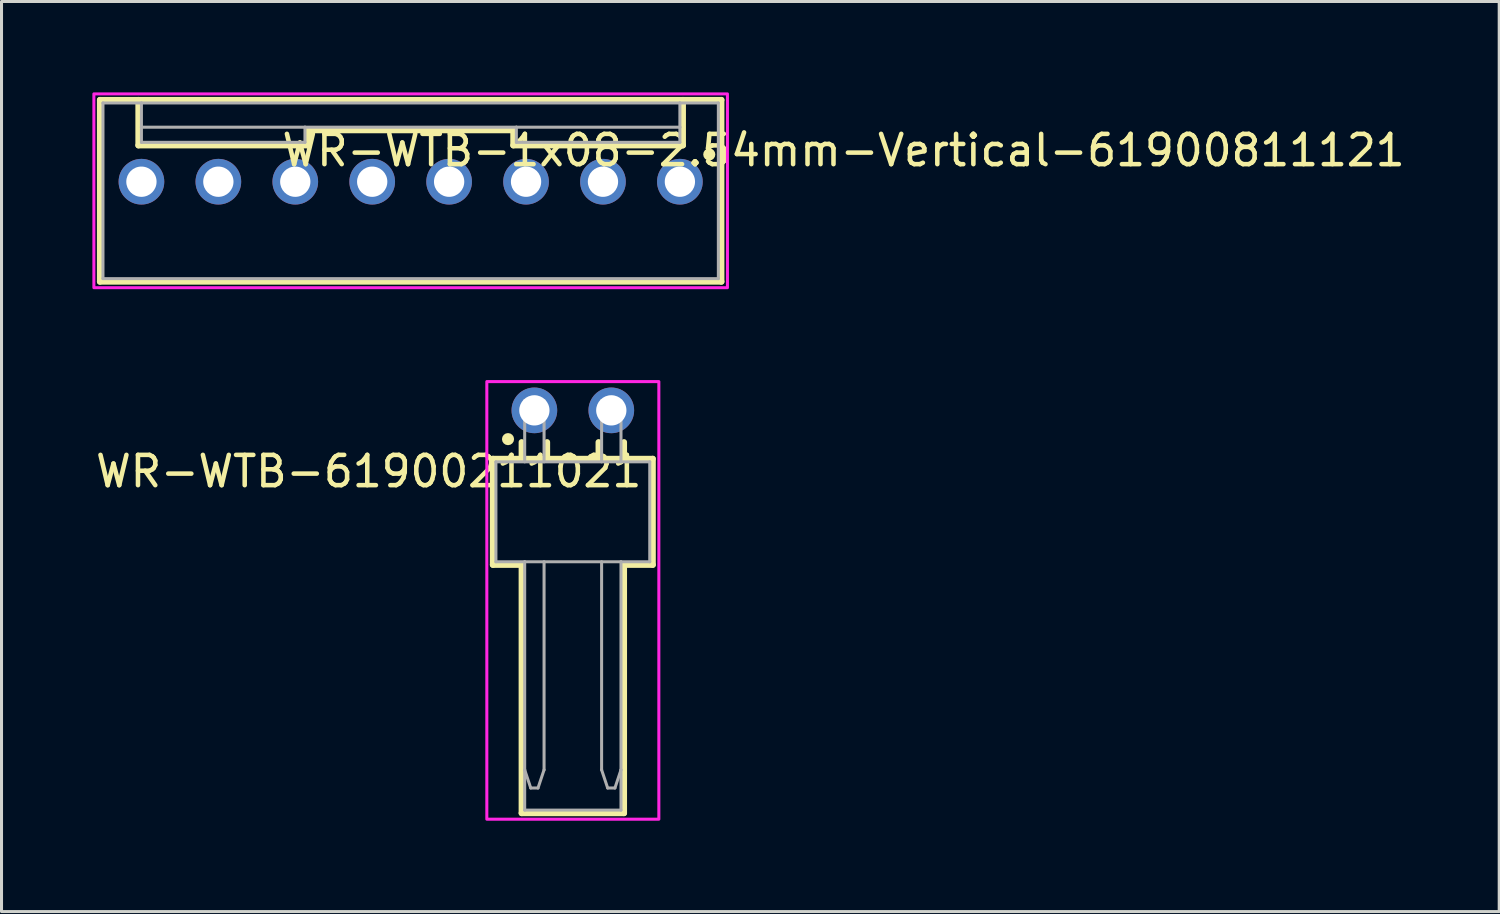
<source format=kicad_pcb>
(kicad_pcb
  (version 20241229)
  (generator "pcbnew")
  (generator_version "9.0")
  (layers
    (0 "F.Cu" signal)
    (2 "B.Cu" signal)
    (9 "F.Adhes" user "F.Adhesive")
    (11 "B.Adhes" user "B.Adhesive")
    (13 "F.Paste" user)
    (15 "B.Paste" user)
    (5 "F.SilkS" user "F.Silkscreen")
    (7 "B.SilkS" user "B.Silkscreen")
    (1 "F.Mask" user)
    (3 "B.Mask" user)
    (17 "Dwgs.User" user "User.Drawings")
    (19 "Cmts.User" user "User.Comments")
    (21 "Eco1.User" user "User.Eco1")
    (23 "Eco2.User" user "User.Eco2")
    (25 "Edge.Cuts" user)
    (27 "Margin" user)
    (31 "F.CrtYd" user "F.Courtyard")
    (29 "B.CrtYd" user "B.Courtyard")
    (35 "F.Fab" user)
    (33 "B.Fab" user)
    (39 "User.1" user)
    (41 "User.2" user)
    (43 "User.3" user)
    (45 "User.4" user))
  (footprint "WR-WTB-1x08-2.54mm-Vertical-61900811121"
    (layer "F.Cu")
    (at 10.51 3.25)
    (property "Reference" "WR-WTB-1x08-2.54mm-Vertical-61900811121" (at 14.295 -1.335 0) (layer "F.SilkS") (effects (font (size 1 1) (thickness 0.15))))
    (attr through_hole)
    (fp_line (start -10.26 -3) (end 10.26 -3) (stroke (width 0.2) (type solid)) (layer "F.SilkS"))
    (fp_line (start -10.26 3) (end -10.26 -3) (stroke (width 0.2) (type solid)) (layer "F.SilkS"))
    (fp_line (start -8.99 -3) (end -8.99 -1.5) (stroke (width 0.2) (type solid)) (layer "F.SilkS"))
    (fp_line (start -3.39 -2) (end -3.39 -1.5) (stroke (width 0.2) (type solid)) (layer "F.SilkS"))
    (fp_line (start -3.39 -2) (end 3.39 -2) (stroke (width 0.2) (type solid)) (layer "F.SilkS"))
    (fp_line (start -3.39 -1.5) (end -8.99 -1.5) (stroke (width 0.2) (type solid)) (layer "F.SilkS"))
    (fp_line (start 3.39 -2) (end 3.39 -1.5) (stroke (width 0.2) (type solid)) (layer "F.SilkS"))
    (fp_line (start 3.39 -1.5) (end 8.99 -1.5) (stroke (width 0.2) (type solid)) (layer "F.SilkS"))
    (fp_line (start 8.99 -1.5) (end 8.99 -3) (stroke (width 0.2) (type solid)) (layer "F.SilkS"))
    (fp_line (start 10.26 -3) (end 10.26 3) (stroke (width 0.2) (type solid)) (layer "F.SilkS"))
    (fp_line (start 10.26 3) (end -10.26 3) (stroke (width 0.2) (type solid)) (layer "F.SilkS"))
    (fp_circle (center 9.86 -1.2) (end 9.96 -1.2) (stroke (width 0.2) (type solid)) (fill no) (layer "F.SilkS"))
    (fp_poly (pts (xy -10.46 -3.2) (xy 10.46 -3.2) (xy 10.46 3.2) (xy -10.46 3.2)) (stroke (width 0.1) (type solid)) (fill no) (layer "F.CrtYd"))
    (fp_line (start -10.16 -2.9) (end -8.89 -2.9) (stroke (width 0.1) (type solid)) (layer "F.Fab"))
    (fp_line (start -10.16 2.9) (end -10.16 -2.9) (stroke (width 0.1) (type solid)) (layer "F.Fab"))
    (fp_line (start -8.89 -2.9) (end -8.89 -2.1) (stroke (width 0.1) (type solid)) (layer "F.Fab"))
    (fp_line (start -8.89 -2.9) (end 8.89 -2.9) (stroke (width 0.1) (type solid)) (layer "F.Fab"))
    (fp_line (start -8.89 -2.1) (end -3.49 -2.1) (stroke (width 0.1) (type solid)) (layer "F.Fab"))
    (fp_line (start -8.89 -1.6) (end -8.89 -2.1) (stroke (width 0.1) (type solid)) (layer "F.Fab"))
    (fp_line (start -3.49 -2.1) (end -3.49 -1.6) (stroke (width 0.1) (type solid)) (layer "F.Fab"))
    (fp_line (start -3.49 -2.1) (end 3.49 -2.1) (stroke (width 0.1) (type solid)) (layer "F.Fab"))
    (fp_line (start -3.49 -1.6) (end -8.89 -1.6) (stroke (width 0.1) (type solid)) (layer "F.Fab"))
    (fp_line (start 3.49 -2.1) (end 3.49 -1.6) (stroke (width 0.1) (type solid)) (layer "F.Fab"))
    (fp_line (start 3.49 -2.1) (end 8.89 -2.1) (stroke (width 0.1) (type solid)) (layer "F.Fab"))
    (fp_line (start 3.49 -1.6) (end 8.89 -1.6) (stroke (width 0.1) (type solid)) (layer "F.Fab"))
    (fp_line (start 8.89 -2.9) (end 10.16 -2.9) (stroke (width 0.1) (type solid)) (layer "F.Fab"))
    (fp_line (start 8.89 -2.1) (end 8.89 -2.9) (stroke (width 0.1) (type solid)) (layer "F.Fab"))
    (fp_line (start 8.89 -1.6) (end 8.89 -2.1) (stroke (width 0.1) (type solid)) (layer "F.Fab"))
    (fp_line (start 10.16 -2.9) (end 10.16 2.9) (stroke (width 0.1) (type solid)) (layer "F.Fab"))
    (fp_line (start 10.16 2.9) (end -10.16 2.9) (stroke (width 0.1) (type solid)) (layer "F.Fab"))
    (pad "1" thru_hole circle (at 8.89 -0.3) (size 1.508 1.508) (drill 1) (layers "*.Cu" "*.Mask"))
    (pad "2" thru_hole circle (at 6.35 -0.3) (size 1.508 1.508) (drill 1) (layers "*.Cu" "*.Mask"))
    (pad "3" thru_hole circle (at 3.81 -0.3) (size 1.508 1.508) (drill 1) (layers "*.Cu" "*.Mask"))
    (pad "4" thru_hole circle (at 1.27 -0.3) (size 1.508 1.508) (drill 1) (layers "*.Cu" "*.Mask"))
    (pad "5" thru_hole circle (at -1.27 -0.3) (size 1.508 1.508) (drill 1) (layers "*.Cu" "*.Mask"))
    (pad "6" thru_hole circle (at -3.81 -0.3) (size 1.508 1.508) (drill 1) (layers "*.Cu" "*.Mask"))
    (pad "7" thru_hole circle (at -6.35 -0.3) (size 1.508 1.508) (drill 1) (layers "*.Cu" "*.Mask"))
    (pad "8" thru_hole circle (at -8.89 -0.3) (size 1.508 1.508) (drill 1) (layers "*.Cu" "*.Mask")))
  (footprint "WR-WTB-61900211021"
    (layer "F.Cu")
    (at 15.865 13.85)
    (property "Reference" "WR-WTB-61900211021" (at -6.74 -1.335 0) (layer "F.SilkS") (effects (font (size 1 1) (thickness 0.15))))
    (attr through_hole)
    (fp_line (start -2.64 -1.75) (end -1.69 -1.75) (stroke (width 0.2) (type solid)) (layer "F.SilkS"))
    (fp_line (start -2.64 1.75) (end -2.64 -1.75) (stroke (width 0.2) (type solid)) (layer "F.SilkS"))
    (fp_line (start -1.69 -2.3) (end -1.69 -1.75) (stroke (width 0.2) (type solid)) (layer "F.SilkS"))
    (fp_line (start -1.69 -1.75) (end -0.85 -1.75) (stroke (width 0.2) (type solid)) (layer "F.SilkS"))
    (fp_line (start -1.69 1.75) (end -2.64 1.75) (stroke (width 0.2) (type solid)) (layer "F.SilkS"))
    (fp_line (start -1.69 9.95) (end -1.69 1.75) (stroke (width 0.2) (type solid)) (layer "F.SilkS"))
    (fp_line (start -0.85 -2.3) (end -0.85 -1.75) (stroke (width 0.2) (type solid)) (layer "F.SilkS"))
    (fp_line (start -0.85 -1.75) (end 2.64 -1.75) (stroke (width 0.2) (type solid)) (layer "F.SilkS"))
    (fp_line (start 0.85 -2.3) (end 0.85 -1.75) (stroke (width 0.2) (type solid)) (layer "F.SilkS"))
    (fp_line (start 1.69 -2.3) (end 1.69 -1.75) (stroke (width 0.2) (type solid)) (layer "F.SilkS"))
    (fp_line (start 1.69 1.75) (end 1.69 9.95) (stroke (width 0.2) (type solid)) (layer "F.SilkS"))
    (fp_line (start 1.69 9.95) (end -1.69 9.95) (stroke (width 0.2) (type solid)) (layer "F.SilkS"))
    (fp_line (start 2.64 -1.75) (end 2.64 1.75) (stroke (width 0.2) (type solid)) (layer "F.SilkS"))
    (fp_line (start 2.64 1.75) (end 1.69 1.75) (stroke (width 0.2) (type solid)) (layer "F.SilkS"))
    (fp_circle (center -2.14 -2.4) (end -2.04 -2.4) (stroke (width 0.2) (type solid)) (fill no) (layer "F.SilkS"))
    (fp_poly (pts (xy -2.84 -4.3) (xy 2.84 -4.3) (xy 2.84 10.15) (xy -2.84 10.15)) (stroke (width 0.1) (type solid)) (fill no) (layer "F.CrtYd"))
    (fp_line (start -2.54 -1.65) (end 2.54 -1.65) (stroke (width 0.1) (type solid)) (layer "F.Fab"))
    (fp_line (start -2.54 1.65) (end -2.54 -1.65) (stroke (width 0.1) (type solid)) (layer "F.Fab"))
    (fp_line (start -2.54 1.65) (end -1.59 1.65) (stroke (width 0.1) (type solid)) (layer "F.Fab"))
    (fp_line (start -1.59 -3.67) (end -1.59 -1.65) (stroke (width 0.1) (type solid)) (layer "F.Fab"))
    (fp_line (start -1.59 -3.67) (end -0.95 -3.67) (stroke (width 0.1) (type solid)) (layer "F.Fab"))
    (fp_line (start -1.59 1.65) (end -1.59 8.52) (stroke (width 0.1) (type solid)) (layer "F.Fab"))
    (fp_line (start -1.59 1.65) (end 1.59 1.65) (stroke (width 0.1) (type solid)) (layer "F.Fab"))
    (fp_line (start -1.59 8.52) (end -1.39 9.12) (stroke (width 0.1) (type solid)) (layer "F.Fab"))
    (fp_line (start -1.59 9.85) (end -1.59 8.52) (stroke (width 0.1) (type solid)) (layer "F.Fab"))
    (fp_line (start -1.39 9.12) (end -1.15 9.12) (stroke (width 0.1) (type solid)) (layer "F.Fab"))
    (fp_line (start -1.15 9.12) (end -0.95 8.52) (stroke (width 0.1) (type solid)) (layer "F.Fab"))
    (fp_line (start -0.95 -3.67) (end -0.95 -1.65) (stroke (width 0.1) (type solid)) (layer "F.Fab"))
    (fp_line (start -0.95 8.52) (end -0.95 1.65) (stroke (width 0.1) (type solid)) (layer "F.Fab"))
    (fp_line (start 0.95 -3.67) (end 0.95 -1.65) (stroke (width 0.1) (type solid)) (layer "F.Fab"))
    (fp_line (start 0.95 -3.67) (end 1.59 -3.67) (stroke (width 0.1) (type solid)) (layer "F.Fab"))
    (fp_line (start 0.95 1.65) (end 0.95 8.52) (stroke (width 0.1) (type solid)) (layer "F.Fab"))
    (fp_line (start 0.95 8.52) (end 1.15 9.12) (stroke (width 0.1) (type solid)) (layer "F.Fab"))
    (fp_line (start 1.15 9.12) (end 1.39 9.12) (stroke (width 0.1) (type solid)) (layer "F.Fab"))
    (fp_line (start 1.39 9.12) (end 1.59 8.52) (stroke (width 0.1) (type solid)) (layer "F.Fab"))
    (fp_line (start 1.59 -3.67) (end 1.59 -1.65) (stroke (width 0.1) (type solid)) (layer "F.Fab"))
    (fp_line (start 1.59 1.65) (end 2.54 1.65) (stroke (width 0.1) (type solid)) (layer "F.Fab"))
    (fp_line (start 1.59 8.52) (end 1.59 1.65) (stroke (width 0.1) (type solid)) (layer "F.Fab"))
    (fp_line (start 1.59 9.85) (end -1.59 9.85) (stroke (width 0.1) (type solid)) (layer "F.Fab"))
    (fp_line (start 1.59 9.85) (end 1.59 8.52) (stroke (width 0.1) (type solid)) (layer "F.Fab"))
    (fp_line (start 2.54 -1.65) (end 2.54 1.65) (stroke (width 0.1) (type solid)) (layer "F.Fab"))
    (pad "1" thru_hole circle (at -1.27 -3.35) (size 1.508 1.508) (drill 1) (layers "*.Cu" "*.Mask"))
    (pad "2" thru_hole circle (at 1.27 -3.35) (size 1.508 1.508) (drill 1) (layers "*.Cu" "*.Mask")))
  (gr_rect
    (start -3 -3)
    (end 46.454 27.05)
    (stroke (width 0.1) (type default))
    (fill no)
    (layer "Edge.Cuts")))
</source>
